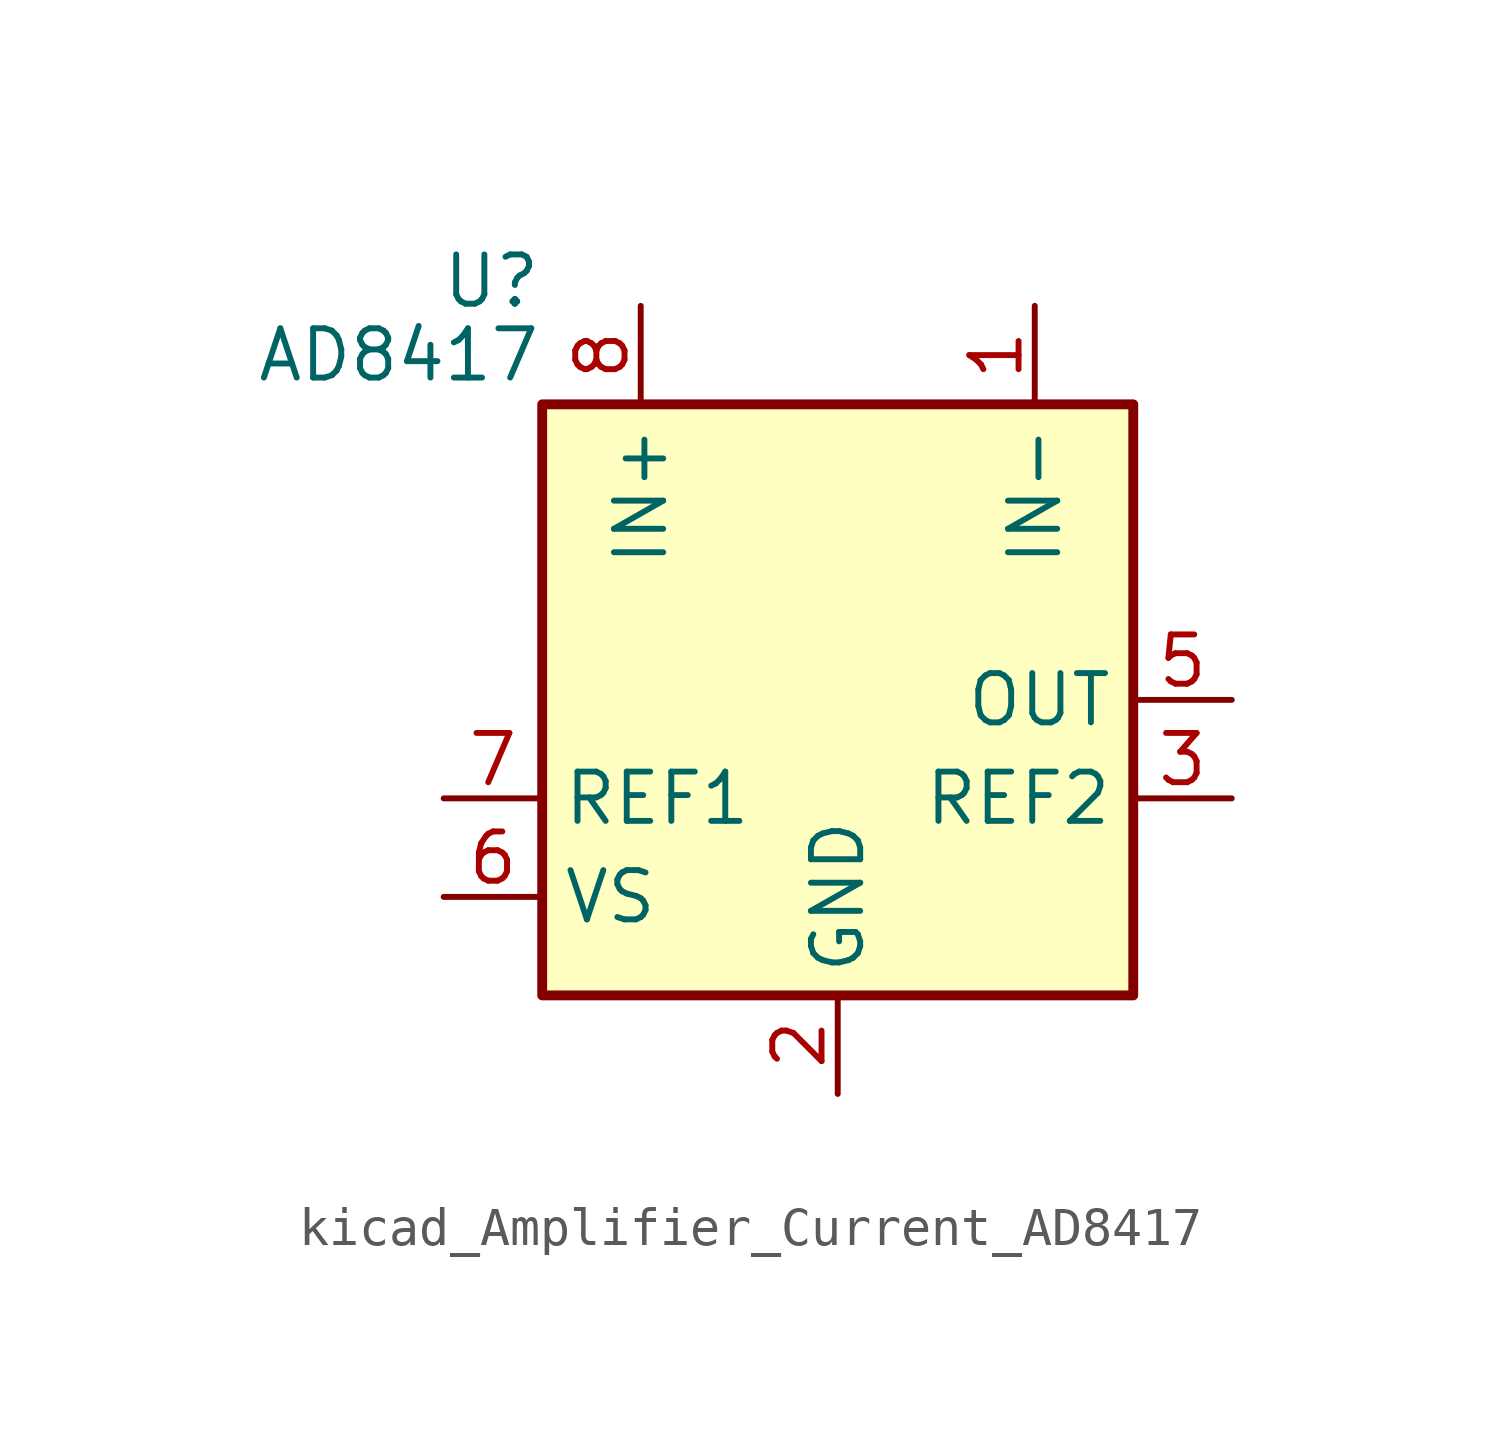
<source format=kicad_sym>
(kicad_symbol_lib
  (version 20220914)
  (generator kicad_symbol_editor)
  (symbol "kicad_Amplifier_Current_AD8417"
    (property "Reference" "U"
      (at -7.62 10.795 0)
      (effects (font (size 1.27 1.27)) (justify right)))
    (property "Value" "AD8417"
      (at -7.62 8.89 0)
      (effects (font (size 1.27 1.27)) (justify right)))
    (symbol "kicad_Amplifier_Current_AD8417_0_1"
      (rectangle (start -7.62 7.62) (end 7.62 -7.62) (stroke (width 0.254) (type default)) (fill (type background))))
    (symbol "kicad_Amplifier_Current_AD8417_1_1"
      (pin input line (at 5.08 10.16 270) (length 2.54) (name "IN-" (effects (font (size 1.27 1.27)))) (number "1" (effects (font (size 1.27 1.27)))))
      (pin power_in line (at 0 -10.16 90) (length 2.54) (name "GND" (effects (font (size 1.27 1.27)))) (number "2" (effects (font (size 1.27 1.27)))))
      (pin input line (at 10.16 -2.54 180) (length 2.54) (name "REF2" (effects (font (size 1.27 1.27)))) (number "3" (effects (font (size 1.27 1.27)))))
      (pin no_connect line (at 2.54 -7.62 90) (length 2.54) hide (name "NC" (effects (font (size 1.27 1.27)))) (number "4" (effects (font (size 1.27 1.27)))))
      (pin output line (at 10.16 0 180) (length 2.54) (name "OUT" (effects (font (size 1.27 1.27)))) (number "5" (effects (font (size 1.27 1.27)))))
      (pin power_in line (at -10.16 -5.08 0) (length 2.54) (name "VS" (effects (font (size 1.27 1.27)))) (number "6" (effects (font (size 1.27 1.27)))))
      (pin input line (at -10.16 -2.54 0) (length 2.54) (name "REF1" (effects (font (size 1.27 1.27)))) (number "7" (effects (font (size 1.27 1.27)))))
      (pin input line (at -5.08 10.16 270) (length 2.54) (name "IN+" (effects (font (size 1.27 1.27)))) (number "8" (effects (font (size 1.27 1.27))))))))
</source>
